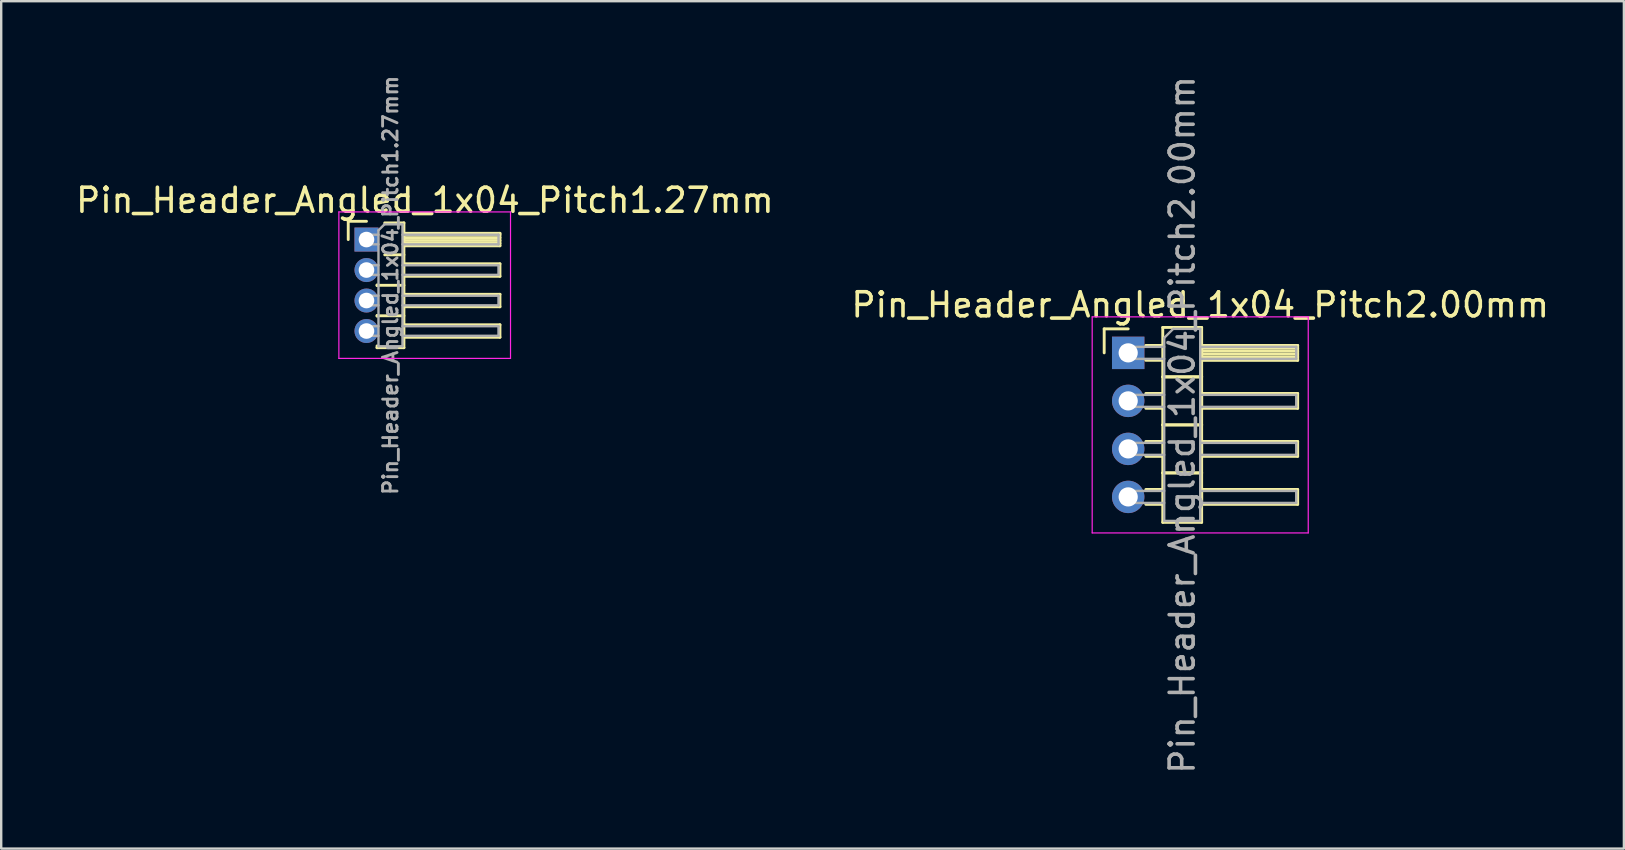
<source format=kicad_pcb>
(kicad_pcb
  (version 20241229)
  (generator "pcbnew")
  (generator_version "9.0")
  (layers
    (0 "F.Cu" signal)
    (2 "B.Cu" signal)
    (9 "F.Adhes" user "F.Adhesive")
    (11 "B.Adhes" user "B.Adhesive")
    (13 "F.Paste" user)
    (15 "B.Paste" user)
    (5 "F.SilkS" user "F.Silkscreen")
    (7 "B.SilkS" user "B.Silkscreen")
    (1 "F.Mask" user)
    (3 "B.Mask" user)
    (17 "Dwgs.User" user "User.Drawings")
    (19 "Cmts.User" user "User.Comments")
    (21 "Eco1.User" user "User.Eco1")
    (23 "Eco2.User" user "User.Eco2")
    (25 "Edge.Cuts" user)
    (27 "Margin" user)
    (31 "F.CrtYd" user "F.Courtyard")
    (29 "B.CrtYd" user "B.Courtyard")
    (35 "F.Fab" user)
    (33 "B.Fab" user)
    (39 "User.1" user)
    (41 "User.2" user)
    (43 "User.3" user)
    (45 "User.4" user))
  (footprint "Pin_Header_Angled_1x04_Pitch1.27mm"
    (layer "F.Cu")
    (at 12.216 6.929)
    (property "Reference" "Pin_Header_Angled_1x04_Pitch1.27mm" (at 2.433 -1.635 0) (layer "F.SilkS") (effects (font (size 1 1) (thickness 0.15))))
    (attr through_hole)
    (fp_line (start -0.76 -0.76) (end 0 -0.76) (stroke (width 0.12) (type solid)) (layer "F.SilkS"))
    (fp_line (start -0.76 0) (end -0.76 -0.76) (stroke (width 0.12) (type solid)) (layer "F.SilkS"))
    (fp_line (start 0.44 1.89) (end 0.44 1.92) (stroke (width 0.12) (type solid)) (layer "F.SilkS"))
    (fp_line (start 0.44 1.905) (end 1.56 1.905) (stroke (width 0.12) (type solid)) (layer "F.SilkS"))
    (fp_line (start 0.44 3.16) (end 0.44 3.19) (stroke (width 0.12) (type solid)) (layer "F.SilkS"))
    (fp_line (start 0.44 3.175) (end 1.56 3.175) (stroke (width 0.12) (type solid)) (layer "F.SilkS"))
    (fp_line (start 0.44 4.505) (end 0.44 4.43) (stroke (width 0.12) (type solid)) (layer "F.SilkS"))
    (fp_line (start 0.76 -0.695) (end 1.56 -0.695) (stroke (width 0.12) (type solid)) (layer "F.SilkS"))
    (fp_line (start 0.76 0.635) (end 1.56 0.635) (stroke (width 0.12) (type solid)) (layer "F.SilkS"))
    (fp_line (start 1.56 -0.695) (end 1.56 4.505) (stroke (width 0.12) (type solid)) (layer "F.SilkS"))
    (fp_line (start 1.56 -0.26) (end 5.56 -0.26) (stroke (width 0.12) (type solid)) (layer "F.SilkS"))
    (fp_line (start 1.56 -0.2) (end 5.56 -0.2) (stroke (width 0.12) (type solid)) (layer "F.SilkS"))
    (fp_line (start 1.56 -0.08) (end 5.56 -0.08) (stroke (width 0.12) (type solid)) (layer "F.SilkS"))
    (fp_line (start 1.56 0.04) (end 5.56 0.04) (stroke (width 0.12) (type solid)) (layer "F.SilkS"))
    (fp_line (start 1.56 0.16) (end 5.56 0.16) (stroke (width 0.12) (type solid)) (layer "F.SilkS"))
    (fp_line (start 1.56 1.01) (end 5.56 1.01) (stroke (width 0.12) (type solid)) (layer "F.SilkS"))
    (fp_line (start 1.56 2.28) (end 5.56 2.28) (stroke (width 0.12) (type solid)) (layer "F.SilkS"))
    (fp_line (start 1.56 3.55) (end 5.56 3.55) (stroke (width 0.12) (type solid)) (layer "F.SilkS"))
    (fp_line (start 1.56 4.505) (end 0.44 4.505) (stroke (width 0.12) (type solid)) (layer "F.SilkS"))
    (fp_line (start 5.56 -0.26) (end 5.56 0.26) (stroke (width 0.12) (type solid)) (layer "F.SilkS"))
    (fp_line (start 5.56 0.26) (end 1.56 0.26) (stroke (width 0.12) (type solid)) (layer "F.SilkS"))
    (fp_line (start 5.56 1.01) (end 5.56 1.53) (stroke (width 0.12) (type solid)) (layer "F.SilkS"))
    (fp_line (start 5.56 1.53) (end 1.56 1.53) (stroke (width 0.12) (type solid)) (layer "F.SilkS"))
    (fp_line (start 5.56 2.28) (end 5.56 2.8) (stroke (width 0.12) (type solid)) (layer "F.SilkS"))
    (fp_line (start 5.56 2.8) (end 1.56 2.8) (stroke (width 0.12) (type solid)) (layer "F.SilkS"))
    (fp_line (start 5.56 3.55) (end 5.56 4.07) (stroke (width 0.12) (type solid)) (layer "F.SilkS"))
    (fp_line (start 5.56 4.07) (end 1.56 4.07) (stroke (width 0.12) (type solid)) (layer "F.SilkS"))
    (fp_line (start -1.15 -1.15) (end -1.15 4.95) (stroke (width 0.05) (type solid)) (layer "F.CrtYd"))
    (fp_line (start -1.15 4.95) (end 6 4.95) (stroke (width 0.05) (type solid)) (layer "F.CrtYd"))
    (fp_line (start 6 -1.15) (end -1.15 -1.15) (stroke (width 0.05) (type solid)) (layer "F.CrtYd"))
    (fp_line (start 6 4.95) (end 6 -1.15) (stroke (width 0.05) (type solid)) (layer "F.CrtYd"))
    (fp_line (start -0.2 -0.2) (end -0.2 0.2) (stroke (width 0.1) (type solid)) (layer "F.Fab"))
    (fp_line (start -0.2 -0.2) (end 0.5 -0.2) (stroke (width 0.1) (type solid)) (layer "F.Fab"))
    (fp_line (start -0.2 0.2) (end 0.5 0.2) (stroke (width 0.1) (type solid)) (layer "F.Fab"))
    (fp_line (start -0.2 1.07) (end -0.2 1.47) (stroke (width 0.1) (type solid)) (layer "F.Fab"))
    (fp_line (start -0.2 1.07) (end 0.5 1.07) (stroke (width 0.1) (type solid)) (layer "F.Fab"))
    (fp_line (start -0.2 1.47) (end 0.5 1.47) (stroke (width 0.1) (type solid)) (layer "F.Fab"))
    (fp_line (start -0.2 2.34) (end -0.2 2.74) (stroke (width 0.1) (type solid)) (layer "F.Fab"))
    (fp_line (start -0.2 2.34) (end 0.5 2.34) (stroke (width 0.1) (type solid)) (layer "F.Fab"))
    (fp_line (start -0.2 2.74) (end 0.5 2.74) (stroke (width 0.1) (type solid)) (layer "F.Fab"))
    (fp_line (start -0.2 3.61) (end -0.2 4.01) (stroke (width 0.1) (type solid)) (layer "F.Fab"))
    (fp_line (start -0.2 3.61) (end 0.5 3.61) (stroke (width 0.1) (type solid)) (layer "F.Fab"))
    (fp_line (start -0.2 4.01) (end 0.5 4.01) (stroke (width 0.1) (type solid)) (layer "F.Fab"))
    (fp_line (start 0.5 -0.385) (end 0.75 -0.635) (stroke (width 0.1) (type solid)) (layer "F.Fab"))
    (fp_line (start 0.5 4.445) (end 0.5 -0.385) (stroke (width 0.1) (type solid)) (layer "F.Fab"))
    (fp_line (start 0.75 -0.635) (end 1.5 -0.635) (stroke (width 0.1) (type solid)) (layer "F.Fab"))
    (fp_line (start 1.5 -0.635) (end 1.5 4.445) (stroke (width 0.1) (type solid)) (layer "F.Fab"))
    (fp_line (start 1.5 -0.2) (end 5.5 -0.2) (stroke (width 0.1) (type solid)) (layer "F.Fab"))
    (fp_line (start 1.5 0.2) (end 5.5 0.2) (stroke (width 0.1) (type solid)) (layer "F.Fab"))
    (fp_line (start 1.5 1.07) (end 5.5 1.07) (stroke (width 0.1) (type solid)) (layer "F.Fab"))
    (fp_line (start 1.5 1.47) (end 5.5 1.47) (stroke (width 0.1) (type solid)) (layer "F.Fab"))
    (fp_line (start 1.5 2.34) (end 5.5 2.34) (stroke (width 0.1) (type solid)) (layer "F.Fab"))
    (fp_line (start 1.5 2.74) (end 5.5 2.74) (stroke (width 0.1) (type solid)) (layer "F.Fab"))
    (fp_line (start 1.5 3.61) (end 5.5 3.61) (stroke (width 0.1) (type solid)) (layer "F.Fab"))
    (fp_line (start 1.5 4.01) (end 5.5 4.01) (stroke (width 0.1) (type solid)) (layer "F.Fab"))
    (fp_line (start 1.5 4.445) (end 0.5 4.445) (stroke (width 0.1) (type solid)) (layer "F.Fab"))
    (fp_line (start 5.5 -0.2) (end 5.5 0.2) (stroke (width 0.1) (type solid)) (layer "F.Fab"))
    (fp_line (start 5.5 1.07) (end 5.5 1.47) (stroke (width 0.1) (type solid)) (layer "F.Fab"))
    (fp_line (start 5.5 2.34) (end 5.5 2.74) (stroke (width 0.1) (type solid)) (layer "F.Fab"))
    (fp_line (start 5.5 3.61) (end 5.5 4.01) (stroke (width 0.1) (type solid)) (layer "F.Fab"))
    (fp_text user "${REFERENCE}" (at 1 1.905 90) (layer "F.Fab") (effects (font (size 0.6 0.6) (thickness 0.12))))
    (pad "1" thru_hole rect (at 0 0) (size 1 1) (drill 0.65) (layers "*.Cu" "*.Mask"))
    (pad "2" thru_hole oval (at 0 1.27) (size 1 1) (drill 0.65) (layers "*.Cu" "*.Mask"))
    (pad "3" thru_hole oval (at 0 2.54) (size 1 1) (drill 0.65) (layers "*.Cu" "*.Mask"))
    (pad "4" thru_hole oval (at 0 3.81) (size 1 1) (drill 0.65) (layers "*.Cu" "*.Mask")))
  (footprint "Pin_Header_Angled_1x04_Pitch2.00mm"
    (layer "F.Cu")
    (at 43.946 11.649)
    (property "Reference" "Pin_Header_Angled_1x04_Pitch2.00mm" (at 3 -2 0) (layer "F.SilkS") (effects (font (size 1 1) (thickness 0.15))))
    (attr through_hole)
    (fp_line (start -1 -1) (end 0 -1) (stroke (width 0.12) (type solid)) (layer "F.SilkS"))
    (fp_line (start -1 0) (end -1 -1) (stroke (width 0.12) (type solid)) (layer "F.SilkS"))
    (fp_line (start 0.735 -0.31) (end 1.44 -0.31) (stroke (width 0.12) (type solid)) (layer "F.SilkS"))
    (fp_line (start 0.735 0.31) (end 1.44 0.31) (stroke (width 0.12) (type solid)) (layer "F.SilkS"))
    (fp_line (start 0.735 1.69) (end 1.44 1.69) (stroke (width 0.12) (type solid)) (layer "F.SilkS"))
    (fp_line (start 0.735 2.31) (end 1.44 2.31) (stroke (width 0.12) (type solid)) (layer "F.SilkS"))
    (fp_line (start 0.735 3.69) (end 1.44 3.69) (stroke (width 0.12) (type solid)) (layer "F.SilkS"))
    (fp_line (start 0.735 4.31) (end 1.44 4.31) (stroke (width 0.12) (type solid)) (layer "F.SilkS"))
    (fp_line (start 0.735 5.69) (end 1.44 5.69) (stroke (width 0.12) (type solid)) (layer "F.SilkS"))
    (fp_line (start 0.735 6.31) (end 1.44 6.31) (stroke (width 0.12) (type solid)) (layer "F.SilkS"))
    (fp_line (start 1.44 -1.06) (end 1.44 1) (stroke (width 0.12) (type solid)) (layer "F.SilkS"))
    (fp_line (start 1.44 1) (end 1.44 3) (stroke (width 0.12) (type solid)) (layer "F.SilkS"))
    (fp_line (start 1.44 1) (end 3.06 1) (stroke (width 0.12) (type solid)) (layer "F.SilkS"))
    (fp_line (start 1.44 3) (end 1.44 5) (stroke (width 0.12) (type solid)) (layer "F.SilkS"))
    (fp_line (start 1.44 3) (end 3.06 3) (stroke (width 0.12) (type solid)) (layer "F.SilkS"))
    (fp_line (start 1.44 5) (end 1.44 7.06) (stroke (width 0.12) (type solid)) (layer "F.SilkS"))
    (fp_line (start 1.44 5) (end 3.06 5) (stroke (width 0.12) (type solid)) (layer "F.SilkS"))
    (fp_line (start 1.44 7.06) (end 3.06 7.06) (stroke (width 0.12) (type solid)) (layer "F.SilkS"))
    (fp_line (start 3.06 -1.06) (end 1.44 -1.06) (stroke (width 0.12) (type solid)) (layer "F.SilkS"))
    (fp_line (start 3.06 -0.31) (end 3.06 0.31) (stroke (width 0.12) (type solid)) (layer "F.SilkS"))
    (fp_line (start 3.06 -0.19) (end 7.06 -0.19) (stroke (width 0.12) (type solid)) (layer "F.SilkS"))
    (fp_line (start 3.06 -0.07) (end 7.06 -0.07) (stroke (width 0.12) (type solid)) (layer "F.SilkS"))
    (fp_line (start 3.06 0.05) (end 7.06 0.05) (stroke (width 0.12) (type solid)) (layer "F.SilkS"))
    (fp_line (start 3.06 0.17) (end 7.06 0.17) (stroke (width 0.12) (type solid)) (layer "F.SilkS"))
    (fp_line (start 3.06 0.29) (end 7.06 0.29) (stroke (width 0.12) (type solid)) (layer "F.SilkS"))
    (fp_line (start 3.06 0.31) (end 7.06 0.31) (stroke (width 0.12) (type solid)) (layer "F.SilkS"))
    (fp_line (start 3.06 1) (end 1.44 1) (stroke (width 0.12) (type solid)) (layer "F.SilkS"))
    (fp_line (start 3.06 1) (end 3.06 -1.06) (stroke (width 0.12) (type solid)) (layer "F.SilkS"))
    (fp_line (start 3.06 1.69) (end 3.06 2.31) (stroke (width 0.12) (type solid)) (layer "F.SilkS"))
    (fp_line (start 3.06 2.31) (end 7.06 2.31) (stroke (width 0.12) (type solid)) (layer "F.SilkS"))
    (fp_line (start 3.06 3) (end 1.44 3) (stroke (width 0.12) (type solid)) (layer "F.SilkS"))
    (fp_line (start 3.06 3) (end 3.06 1) (stroke (width 0.12) (type solid)) (layer "F.SilkS"))
    (fp_line (start 3.06 3.69) (end 3.06 4.31) (stroke (width 0.12) (type solid)) (layer "F.SilkS"))
    (fp_line (start 3.06 4.31) (end 7.06 4.31) (stroke (width 0.12) (type solid)) (layer "F.SilkS"))
    (fp_line (start 3.06 5) (end 1.44 5) (stroke (width 0.12) (type solid)) (layer "F.SilkS"))
    (fp_line (start 3.06 5) (end 3.06 3) (stroke (width 0.12) (type solid)) (layer "F.SilkS"))
    (fp_line (start 3.06 5.69) (end 3.06 6.31) (stroke (width 0.12) (type solid)) (layer "F.SilkS"))
    (fp_line (start 3.06 6.31) (end 7.06 6.31) (stroke (width 0.12) (type solid)) (layer "F.SilkS"))
    (fp_line (start 3.06 7.06) (end 3.06 5) (stroke (width 0.12) (type solid)) (layer "F.SilkS"))
    (fp_line (start 7.06 -0.31) (end 3.06 -0.31) (stroke (width 0.12) (type solid)) (layer "F.SilkS"))
    (fp_line (start 7.06 0.31) (end 7.06 -0.31) (stroke (width 0.12) (type solid)) (layer "F.SilkS"))
    (fp_line (start 7.06 1.69) (end 3.06 1.69) (stroke (width 0.12) (type solid)) (layer "F.SilkS"))
    (fp_line (start 7.06 2.31) (end 7.06 1.69) (stroke (width 0.12) (type solid)) (layer "F.SilkS"))
    (fp_line (start 7.06 3.69) (end 3.06 3.69) (stroke (width 0.12) (type solid)) (layer "F.SilkS"))
    (fp_line (start 7.06 4.31) (end 7.06 3.69) (stroke (width 0.12) (type solid)) (layer "F.SilkS"))
    (fp_line (start 7.06 5.69) (end 3.06 5.69) (stroke (width 0.12) (type solid)) (layer "F.SilkS"))
    (fp_line (start 7.06 6.31) (end 7.06 5.69) (stroke (width 0.12) (type solid)) (layer "F.SilkS"))
    (fp_line (start -1.5 -1.5) (end -1.5 7.5) (stroke (width 0.05) (type solid)) (layer "F.CrtYd"))
    (fp_line (start -1.5 7.5) (end 7.5 7.5) (stroke (width 0.05) (type solid)) (layer "F.CrtYd"))
    (fp_line (start 7.5 -1.5) (end -1.5 -1.5) (stroke (width 0.05) (type solid)) (layer "F.CrtYd"))
    (fp_line (start 7.5 7.5) (end 7.5 -1.5) (stroke (width 0.05) (type solid)) (layer "F.CrtYd"))
    (fp_line (start -0.25 -0.25) (end -0.25 0.25) (stroke (width 0.1) (type solid)) (layer "F.Fab"))
    (fp_line (start -0.25 -0.25) (end 1.5 -0.25) (stroke (width 0.1) (type solid)) (layer "F.Fab"))
    (fp_line (start -0.25 0.25) (end 1.5 0.25) (stroke (width 0.1) (type solid)) (layer "F.Fab"))
    (fp_line (start -0.25 1.75) (end -0.25 2.25) (stroke (width 0.1) (type solid)) (layer "F.Fab"))
    (fp_line (start -0.25 1.75) (end 1.5 1.75) (stroke (width 0.1) (type solid)) (layer "F.Fab"))
    (fp_line (start -0.25 2.25) (end 1.5 2.25) (stroke (width 0.1) (type solid)) (layer "F.Fab"))
    (fp_line (start -0.25 3.75) (end -0.25 4.25) (stroke (width 0.1) (type solid)) (layer "F.Fab"))
    (fp_line (start -0.25 3.75) (end 1.5 3.75) (stroke (width 0.1) (type solid)) (layer "F.Fab"))
    (fp_line (start -0.25 4.25) (end 1.5 4.25) (stroke (width 0.1) (type solid)) (layer "F.Fab"))
    (fp_line (start -0.25 5.75) (end -0.25 6.25) (stroke (width 0.1) (type solid)) (layer "F.Fab"))
    (fp_line (start -0.25 5.75) (end 1.5 5.75) (stroke (width 0.1) (type solid)) (layer "F.Fab"))
    (fp_line (start -0.25 6.25) (end 1.5 6.25) (stroke (width 0.1) (type solid)) (layer "F.Fab"))
    (fp_line (start 1.5 -0.625) (end 1.875 -1) (stroke (width 0.1) (type solid)) (layer "F.Fab"))
    (fp_line (start 1.5 7) (end 1.5 -0.625) (stroke (width 0.1) (type solid)) (layer "F.Fab"))
    (fp_line (start 1.875 -1) (end 3 -1) (stroke (width 0.1) (type solid)) (layer "F.Fab"))
    (fp_line (start 3 -1) (end 3 7) (stroke (width 0.1) (type solid)) (layer "F.Fab"))
    (fp_line (start 3 -0.25) (end 7 -0.25) (stroke (width 0.1) (type solid)) (layer "F.Fab"))
    (fp_line (start 3 0.25) (end 7 0.25) (stroke (width 0.1) (type solid)) (layer "F.Fab"))
    (fp_line (start 3 1.75) (end 7 1.75) (stroke (width 0.1) (type solid)) (layer "F.Fab"))
    (fp_line (start 3 2.25) (end 7 2.25) (stroke (width 0.1) (type solid)) (layer "F.Fab"))
    (fp_line (start 3 3.75) (end 7 3.75) (stroke (width 0.1) (type solid)) (layer "F.Fab"))
    (fp_line (start 3 4.25) (end 7 4.25) (stroke (width 0.1) (type solid)) (layer "F.Fab"))
    (fp_line (start 3 5.75) (end 7 5.75) (stroke (width 0.1) (type solid)) (layer "F.Fab"))
    (fp_line (start 3 6.25) (end 7 6.25) (stroke (width 0.1) (type solid)) (layer "F.Fab"))
    (fp_line (start 3 7) (end 1.5 7) (stroke (width 0.1) (type solid)) (layer "F.Fab"))
    (fp_line (start 7 -0.25) (end 7 0.25) (stroke (width 0.1) (type solid)) (layer "F.Fab"))
    (fp_line (start 7 1.75) (end 7 2.25) (stroke (width 0.1) (type solid)) (layer "F.Fab"))
    (fp_line (start 7 3.75) (end 7 4.25) (stroke (width 0.1) (type solid)) (layer "F.Fab"))
    (fp_line (start 7 5.75) (end 7 6.25) (stroke (width 0.1) (type solid)) (layer "F.Fab"))
    (fp_text user "${REFERENCE}" (at 2.25 3 90) (layer "F.Fab") (effects (font (size 1 1) (thickness 0.15))))
    (pad "1" thru_hole rect (at 0 0) (size 1.35 1.35) (drill 0.8) (layers "*.Cu" "*.Mask"))
    (pad "2" thru_hole oval (at 0 2) (size 1.35 1.35) (drill 0.8) (layers "*.Cu" "*.Mask"))
    (pad "3" thru_hole oval (at 0 4) (size 1.35 1.35) (drill 0.8) (layers "*.Cu" "*.Mask"))
    (pad "4" thru_hole oval (at 0 6) (size 1.35 1.35) (drill 0.8) (layers "*.Cu" "*.Mask")))
  (gr_rect
    (start -3 -3)
    (end 64.595 32.298)
    (stroke (width 0.1) (type default))
    (fill no)
    (layer "Edge.Cuts")))
</source>
